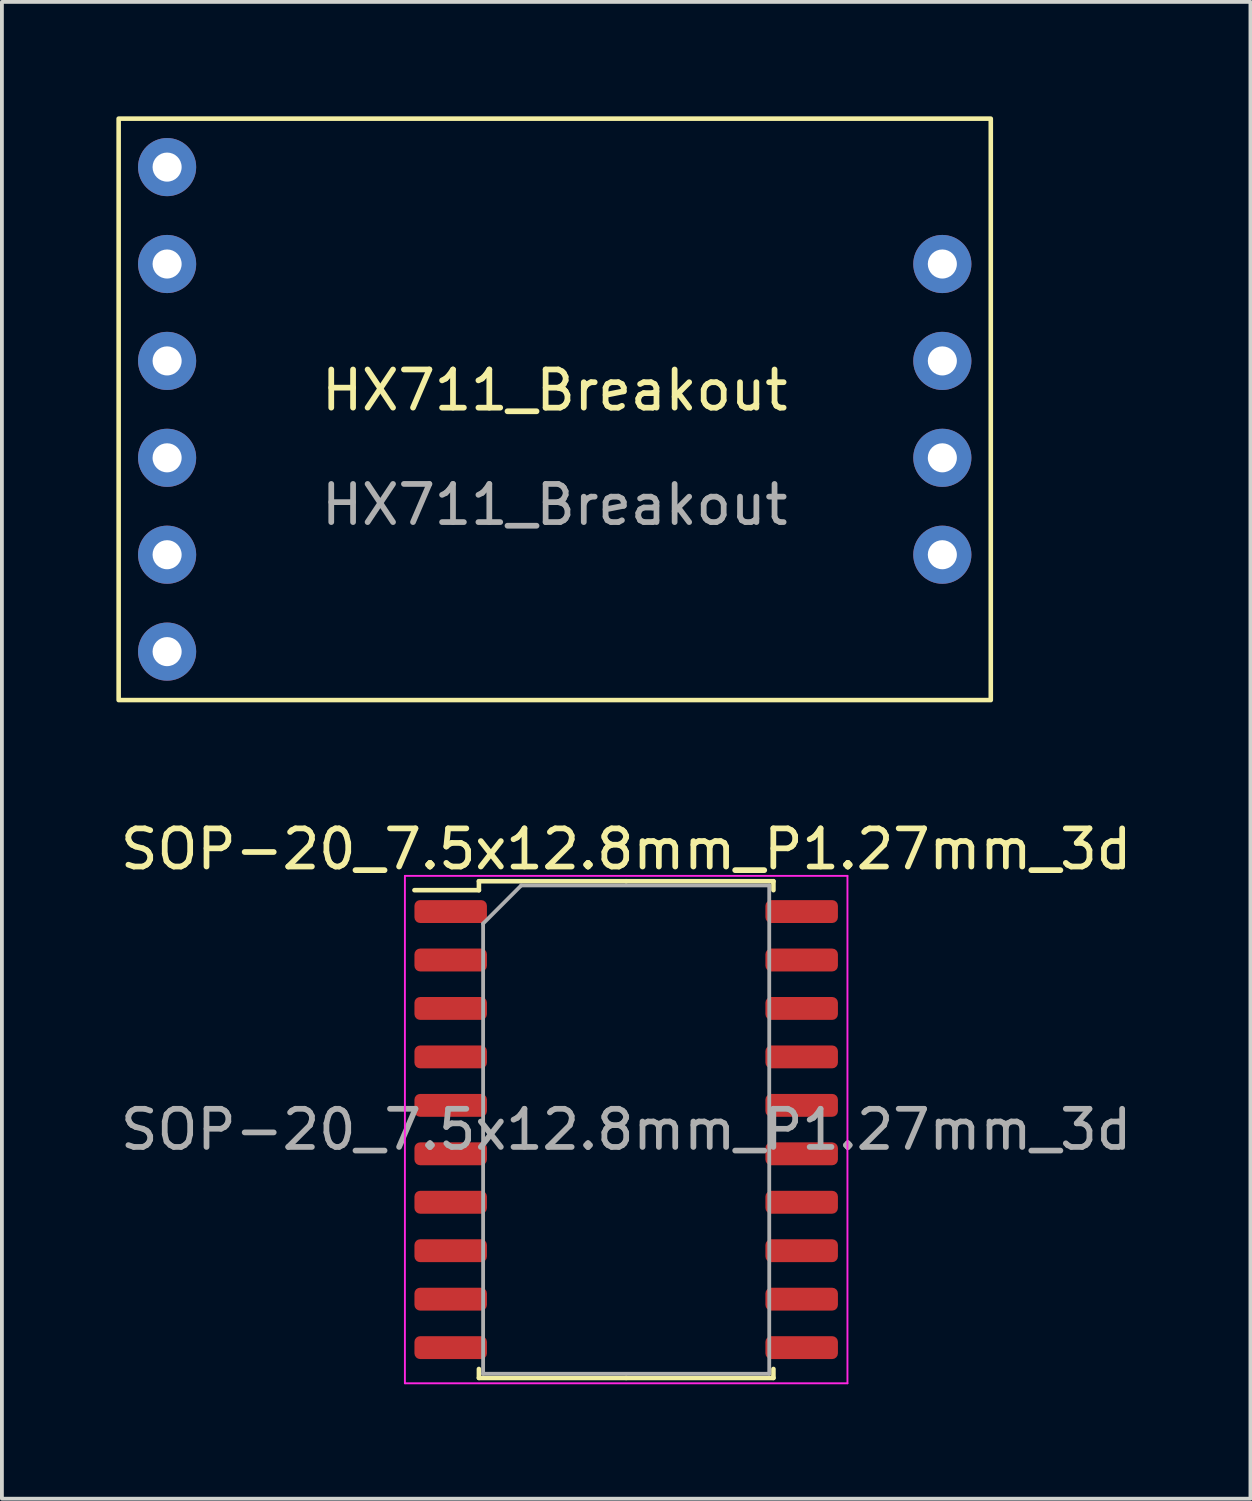
<source format=kicad_pcb>
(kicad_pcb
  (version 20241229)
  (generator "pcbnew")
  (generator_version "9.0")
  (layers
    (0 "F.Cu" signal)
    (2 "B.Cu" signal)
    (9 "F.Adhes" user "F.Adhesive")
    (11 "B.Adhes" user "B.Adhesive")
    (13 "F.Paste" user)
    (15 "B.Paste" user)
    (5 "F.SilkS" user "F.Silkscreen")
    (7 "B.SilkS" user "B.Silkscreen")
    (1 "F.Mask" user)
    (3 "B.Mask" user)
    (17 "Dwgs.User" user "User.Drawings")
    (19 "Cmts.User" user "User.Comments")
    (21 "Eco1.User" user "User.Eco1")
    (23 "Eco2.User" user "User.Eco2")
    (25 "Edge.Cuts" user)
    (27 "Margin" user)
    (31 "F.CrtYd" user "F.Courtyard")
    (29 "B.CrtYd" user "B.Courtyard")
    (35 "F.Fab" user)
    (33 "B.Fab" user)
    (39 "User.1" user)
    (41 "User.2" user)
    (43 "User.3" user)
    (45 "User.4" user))
  (footprint "HX711_Breakout"
    (layer "F.Cu")
    (at 11.49 7.68)
    (property "Reference" "HX711_Breakout" (at 0 -0.5 0) (unlocked yes) (layer "F.SilkS") (effects (font (size 1 1) (thickness 0.15))))
    (attr through_hole)
    (fp_rect (start -11.43 -7.62) (end 11.43 7.62) (stroke (width 0.12) (type solid)) (fill no) (layer "F.SilkS"))
    (fp_text user "${REFERENCE}" (at 0 2.5 0) (unlocked yes) (layer "F.Fab") (effects (font (size 1 1) (thickness 0.15))))
    (pad "1" thru_hole circle (at -10.16 -6.35) (size 1.524 1.524) (drill 0.762) (layers "*.Cu" "*.Mask"))
    (pad "2" thru_hole circle (at -10.16 -3.81) (size 1.524 1.524) (drill 0.762) (layers "*.Cu" "*.Mask"))
    (pad "3" thru_hole circle (at -10.16 -1.27) (size 1.524 1.524) (drill 0.762) (layers "*.Cu" "*.Mask"))
    (pad "4" thru_hole circle (at -10.16 1.27) (size 1.524 1.524) (drill 0.762) (layers "*.Cu" "*.Mask"))
    (pad "5" thru_hole circle (at -10.16 3.81) (size 1.524 1.524) (drill 0.762) (layers "*.Cu" "*.Mask"))
    (pad "6" thru_hole circle (at -10.16 6.35) (size 1.524 1.524) (drill 0.762) (layers "*.Cu" "*.Mask"))
    (pad "7" thru_hole circle (at 10.16 -3.81) (size 1.524 1.524) (drill 0.762) (layers "*.Cu" "*.Mask"))
    (pad "8" thru_hole circle (at 10.16 -1.27) (size 1.524 1.524) (drill 0.762) (layers "*.Cu" "*.Mask"))
    (pad "9" thru_hole circle (at 10.16 1.27) (size 1.524 1.524) (drill 0.762) (layers "*.Cu" "*.Mask"))
    (pad "10" thru_hole circle (at 10.16 3.81) (size 1.524 1.524) (drill 0.762) (layers "*.Cu" "*.Mask")))
  (footprint "SOP-20_7.5x12.8mm_P1.27mm_3d"
    (layer "F.Cu")
    (at 13.363 26.558)
    (property "Reference" "SOP-20_7.5x12.8mm_P1.27mm_3d" (at 0 -7.35 0) (layer "F.SilkS") (effects (font (size 1 1) (thickness 0.15))))
    (attr smd)
    (fp_line (start -3.86 -6.51) (end -3.86 -6.275) (stroke (width 0.12) (type solid)) (layer "F.SilkS"))
    (fp_line (start -3.86 -6.275) (end -5.55 -6.275) (stroke (width 0.12) (type solid)) (layer "F.SilkS"))
    (fp_line (start -3.86 6.51) (end -3.86 6.275) (stroke (width 0.12) (type solid)) (layer "F.SilkS"))
    (fp_line (start 0 -6.51) (end -3.86 -6.51) (stroke (width 0.12) (type solid)) (layer "F.SilkS"))
    (fp_line (start 0 -6.51) (end 3.86 -6.51) (stroke (width 0.12) (type solid)) (layer "F.SilkS"))
    (fp_line (start 0 6.51) (end -3.86 6.51) (stroke (width 0.12) (type solid)) (layer "F.SilkS"))
    (fp_line (start 0 6.51) (end 3.86 6.51) (stroke (width 0.12) (type solid)) (layer "F.SilkS"))
    (fp_line (start 3.86 -6.51) (end 3.86 -6.275) (stroke (width 0.12) (type solid)) (layer "F.SilkS"))
    (fp_line (start 3.86 6.51) (end 3.86 6.275) (stroke (width 0.12) (type solid)) (layer "F.SilkS"))
    (fp_line (start -5.8 -6.65) (end -5.8 6.65) (stroke (width 0.05) (type solid)) (layer "F.CrtYd"))
    (fp_line (start -5.8 6.65) (end 5.8 6.65) (stroke (width 0.05) (type solid)) (layer "F.CrtYd"))
    (fp_line (start 5.8 -6.65) (end -5.8 -6.65) (stroke (width 0.05) (type solid)) (layer "F.CrtYd"))
    (fp_line (start 5.8 6.65) (end 5.8 -6.65) (stroke (width 0.05) (type solid)) (layer "F.CrtYd"))
    (fp_line (start -3.75 -5.4) (end -2.75 -6.4) (stroke (width 0.1) (type solid)) (layer "F.Fab"))
    (fp_line (start -3.75 6.4) (end -3.75 -5.4) (stroke (width 0.1) (type solid)) (layer "F.Fab"))
    (fp_line (start -2.75 -6.4) (end 3.75 -6.4) (stroke (width 0.1) (type solid)) (layer "F.Fab"))
    (fp_line (start 3.75 -6.4) (end 3.75 6.4) (stroke (width 0.1) (type solid)) (layer "F.Fab"))
    (fp_line (start 3.75 6.4) (end -3.75 6.4) (stroke (width 0.1) (type solid)) (layer "F.Fab"))
    (fp_text user "${REFERENCE}" (at 0 0 0) (layer "F.Fab") (effects (font (size 1 1) (thickness 0.15))))
    (pad "1" smd roundrect (at -4.6 -5.715) (size 1.9 0.6) (layers "F.Cu" "F.Mask" "F.Paste") (roundrect_rratio 0.25))
    (pad "2" smd roundrect (at -4.6 -4.445) (size 1.9 0.6) (layers "F.Cu" "F.Mask" "F.Paste") (roundrect_rratio 0.25))
    (pad "3" smd roundrect (at -4.6 -3.175) (size 1.9 0.6) (layers "F.Cu" "F.Mask" "F.Paste") (roundrect_rratio 0.25))
    (pad "4" smd roundrect (at -4.6 -1.905) (size 1.9 0.6) (layers "F.Cu" "F.Mask" "F.Paste") (roundrect_rratio 0.25))
    (pad "5" smd roundrect (at -4.6 -0.635) (size 1.9 0.6) (layers "F.Cu" "F.Mask" "F.Paste") (roundrect_rratio 0.25))
    (pad "6" smd roundrect (at -4.6 0.635) (size 1.9 0.6) (layers "F.Cu" "F.Mask" "F.Paste") (roundrect_rratio 0.25))
    (pad "7" smd roundrect (at -4.6 1.905) (size 1.9 0.6) (layers "F.Cu" "F.Mask" "F.Paste") (roundrect_rratio 0.25))
    (pad "8" smd roundrect (at -4.6 3.175) (size 1.9 0.6) (layers "F.Cu" "F.Mask" "F.Paste") (roundrect_rratio 0.25))
    (pad "9" smd roundrect (at -4.6 4.445) (size 1.9 0.6) (layers "F.Cu" "F.Mask" "F.Paste") (roundrect_rratio 0.25))
    (pad "10" smd roundrect (at -4.6 5.715) (size 1.9 0.6) (layers "F.Cu" "F.Mask" "F.Paste") (roundrect_rratio 0.25))
    (pad "11" smd roundrect (at 4.6 5.715) (size 1.9 0.6) (layers "F.Cu" "F.Mask" "F.Paste") (roundrect_rratio 0.25))
    (pad "12" smd roundrect (at 4.6 4.445) (size 1.9 0.6) (layers "F.Cu" "F.Mask" "F.Paste") (roundrect_rratio 0.25))
    (pad "13" smd roundrect (at 4.6 3.175) (size 1.9 0.6) (layers "F.Cu" "F.Mask" "F.Paste") (roundrect_rratio 0.25))
    (pad "14" smd roundrect (at 4.6 1.905) (size 1.9 0.6) (layers "F.Cu" "F.Mask" "F.Paste") (roundrect_rratio 0.25))
    (pad "15" smd roundrect (at 4.6 0.635) (size 1.9 0.6) (layers "F.Cu" "F.Mask" "F.Paste") (roundrect_rratio 0.25))
    (pad "16" smd roundrect (at 4.6 -0.635) (size 1.9 0.6) (layers "F.Cu" "F.Mask" "F.Paste") (roundrect_rratio 0.25))
    (pad "17" smd roundrect (at 4.6 -1.905) (size 1.9 0.6) (layers "F.Cu" "F.Mask" "F.Paste") (roundrect_rratio 0.25))
    (pad "18" smd roundrect (at 4.6 -3.175) (size 1.9 0.6) (layers "F.Cu" "F.Mask" "F.Paste") (roundrect_rratio 0.25))
    (pad "19" smd roundrect (at 4.6 -4.445) (size 1.9 0.6) (layers "F.Cu" "F.Mask" "F.Paste") (roundrect_rratio 0.25))
    (pad "20" smd roundrect (at 4.6 -5.715) (size 1.9 0.6) (layers "F.Cu" "F.Mask" "F.Paste") (roundrect_rratio 0.25)))
  (gr_rect
    (start -3 -3)
    (end 29.726 36.233)
    (stroke (width 0.1) (type default))
    (fill no)
    (layer "Edge.Cuts")))
</source>
